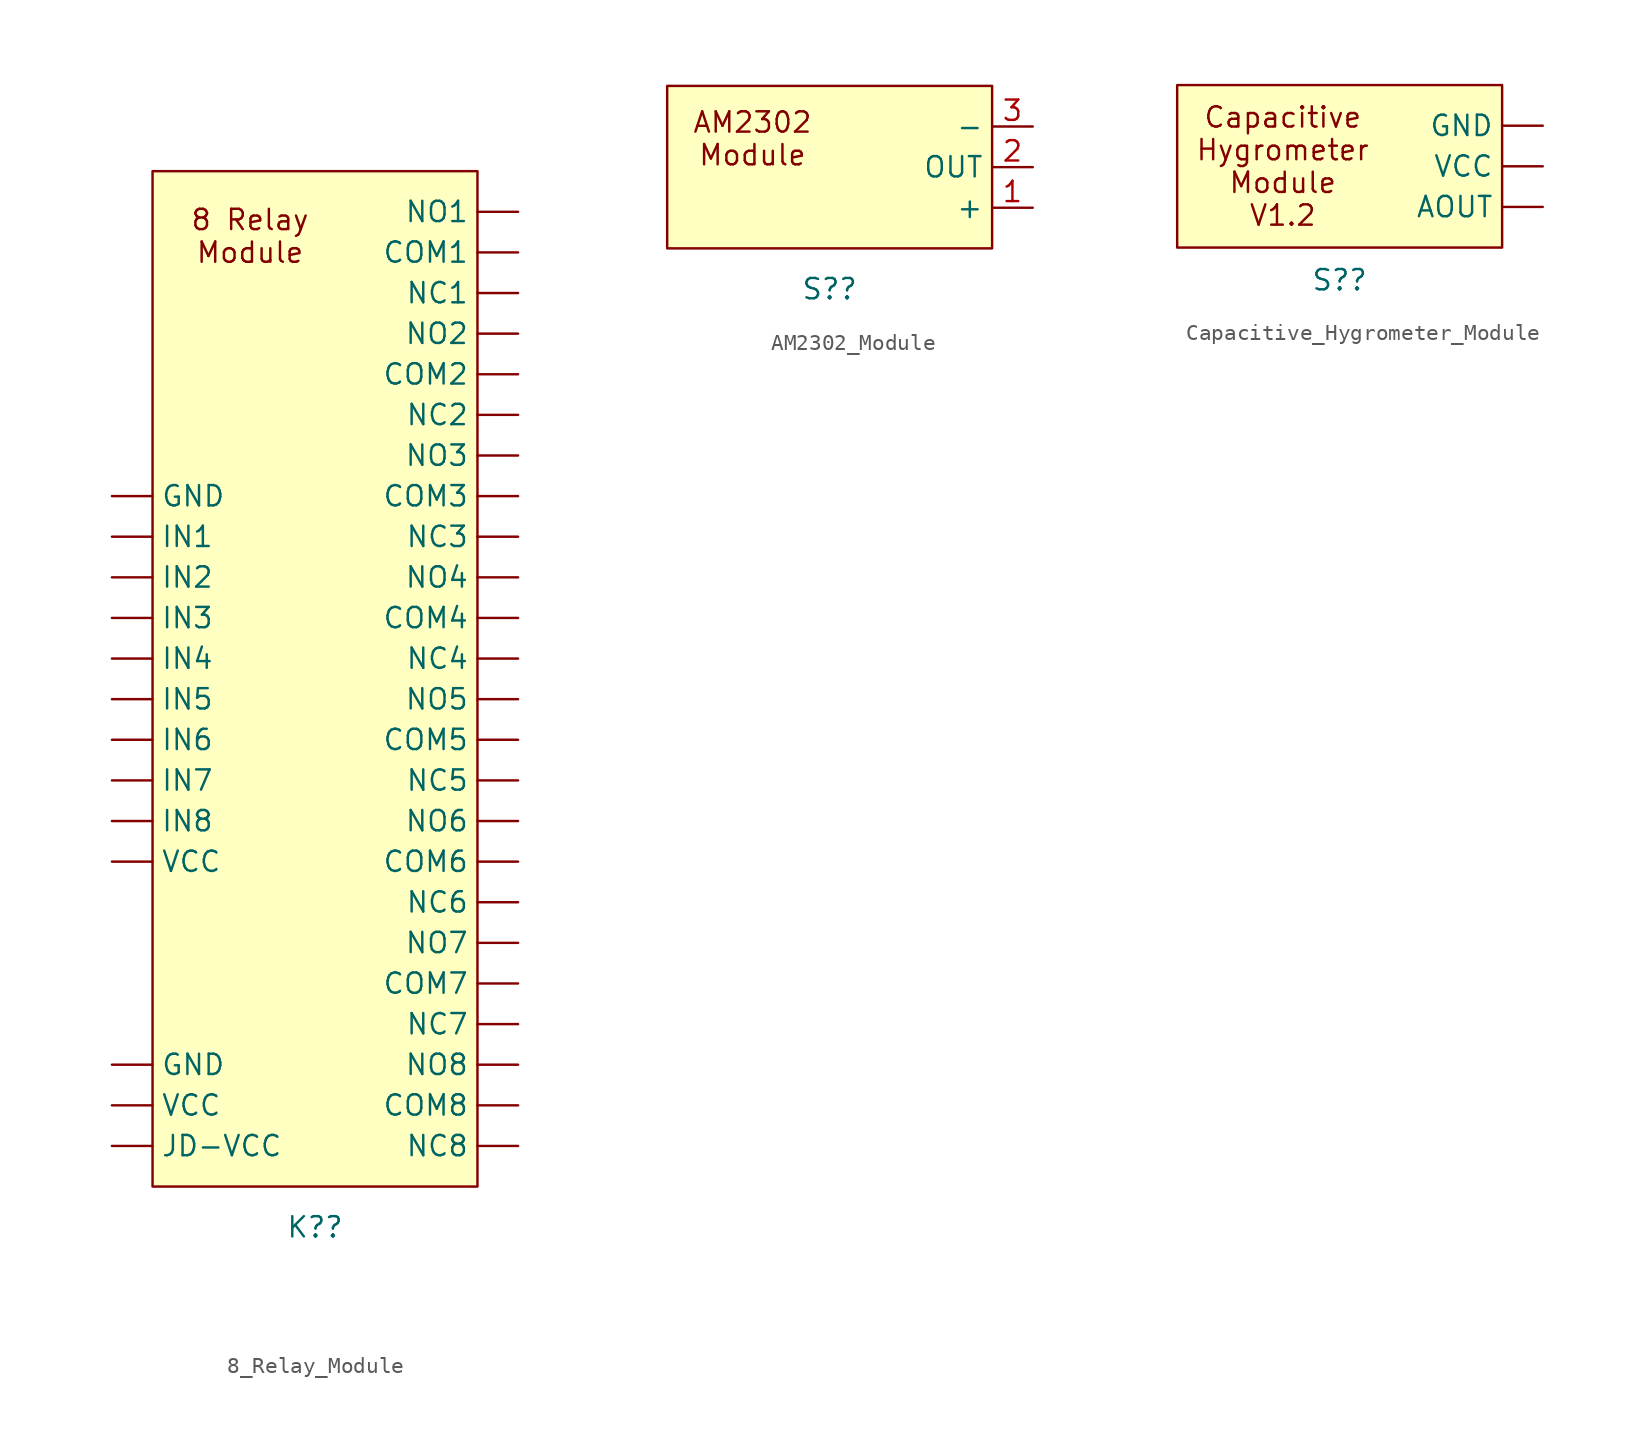
<source format=kicad_sym>
(kicad_symbol_lib
  (version 20241209)
  (generator "kicad_symbol_editor")
  (generator_version "9.0")
  (symbol "8_Relay_Module"
    (pin_numbers
      (hide yes))
    (property "Reference" "K?"
      (at 0 -35.56 0)
      (effects (font (size 1.27 1.27))))
    (property "Value" ""
      (at 0 5.08 0)
      (effects (font (size 1.27 1.27))))
    (symbol "8_Relay_Module_1_1"
      (rectangle (start -10.16 30.48) (end 10.16 -33.02) (stroke (width 0) (type solid)) (fill (type background)))
      (text "8 Relay\nModule\n" (at -4.064 26.416 0) (effects (font (size 1.27 1.27))))
      (pin power_in line (at -12.7 10.16 0) (length 2.54) (name "GND" (effects (font (size 1.27 1.27)))) (number "1" (effects (font (size 1.27 1.27)))))
      (pin input line (at -12.7 7.62 0) (length 2.54) (name "IN1" (effects (font (size 1.27 1.27)))) (number "2" (effects (font (size 1.27 1.27)))))
      (pin input line (at -12.7 5.08 0) (length 2.54) (name "IN2" (effects (font (size 1.27 1.27)))) (number "3" (effects (font (size 1.27 1.27)))))
      (pin input line (at -12.7 2.54 0) (length 2.54) (name "IN3" (effects (font (size 1.27 1.27)))) (number "4" (effects (font (size 1.27 1.27)))))
      (pin input line (at -12.7 0 0) (length 2.54) (name "IN4" (effects (font (size 1.27 1.27)))) (number "5" (effects (font (size 1.27 1.27)))))
      (pin input line (at -12.7 -2.54 0) (length 2.54) (name "IN5" (effects (font (size 1.27 1.27)))) (number "6" (effects (font (size 1.27 1.27)))))
      (pin input line (at -12.7 -5.08 0) (length 2.54) (name "IN6" (effects (font (size 1.27 1.27)))) (number "7" (effects (font (size 1.27 1.27)))))
      (pin input line (at -12.7 -7.62 0) (length 2.54) (name "IN7" (effects (font (size 1.27 1.27)))) (number "8" (effects (font (size 1.27 1.27)))))
      (pin input line (at -12.7 -10.16 0) (length 2.54) (name "IN8" (effects (font (size 1.27 1.27)))) (number "9" (effects (font (size 1.27 1.27)))))
      (pin power_in line (at -12.7 -12.7 0) (length 2.54) (name "VCC" (effects (font (size 1.27 1.27)))) (number "10" (effects (font (size 1.27 1.27)))))
      (pin power_in line (at -12.7 -25.4 0) (length 2.54) (name "GND" (effects (font (size 1.27 1.27)))) (number "35" (effects (font (size 1.27 1.27)))))
      (pin power_in line (at -12.7 -27.94 0) (length 2.54) (name "VCC" (effects (font (size 1.27 1.27)))) (number "36" (effects (font (size 1.27 1.27)))))
      (pin power_in line (at -12.7 -30.48 0) (length 2.54) (name "JD-VCC" (effects (font (size 1.27 1.27)))) (number "37" (effects (font (size 1.27 1.27)))))
      (pin passive line (at 12.7 27.94 180) (length 2.54) (name "NO1" (effects (font (size 1.27 1.27)))) (number "11" (effects (font (size 1.27 1.27)))))
      (pin passive line (at 12.7 25.4 180) (length 2.54) (name "COM1" (effects (font (size 1.27 1.27)))) (number "12" (effects (font (size 1.27 1.27)))))
      (pin passive line (at 12.7 22.86 180) (length 2.54) (name "NC1" (effects (font (size 1.27 1.27)))) (number "13" (effects (font (size 1.27 1.27)))))
      (pin passive line (at 12.7 20.32 180) (length 2.54) (name "NO2" (effects (font (size 1.27 1.27)))) (number "14" (effects (font (size 1.27 1.27)))))
      (pin passive line (at 12.7 17.78 180) (length 2.54) (name "COM2" (effects (font (size 1.27 1.27)))) (number "15" (effects (font (size 1.27 1.27)))))
      (pin passive line (at 12.7 15.24 180) (length 2.54) (name "NC2" (effects (font (size 1.27 1.27)))) (number "16" (effects (font (size 1.27 1.27)))))
      (pin passive line (at 12.7 12.7 180) (length 2.54) (name "NO3" (effects (font (size 1.27 1.27)))) (number "17" (effects (font (size 1.27 1.27)))))
      (pin passive line (at 12.7 10.16 180) (length 2.54) (name "COM3" (effects (font (size 1.27 1.27)))) (number "18" (effects (font (size 1.27 1.27)))))
      (pin passive line (at 12.7 7.62 180) (length 2.54) (name "NC3" (effects (font (size 1.27 1.27)))) (number "19" (effects (font (size 1.27 1.27)))))
      (pin passive line (at 12.7 5.08 180) (length 2.54) (name "NO4" (effects (font (size 1.27 1.27)))) (number "20" (effects (font (size 1.27 1.27)))))
      (pin passive line (at 12.7 2.54 180) (length 2.54) (name "COM4" (effects (font (size 1.27 1.27)))) (number "21" (effects (font (size 1.27 1.27)))))
      (pin passive line (at 12.7 0 180) (length 2.54) (name "NC4" (effects (font (size 1.27 1.27)))) (number "22" (effects (font (size 1.27 1.27)))))
      (pin passive line (at 12.7 -2.54 180) (length 2.54) (name "NO5" (effects (font (size 1.27 1.27)))) (number "23" (effects (font (size 1.27 1.27)))))
      (pin passive line (at 12.7 -5.08 180) (length 2.54) (name "COM5" (effects (font (size 1.27 1.27)))) (number "24" (effects (font (size 1.27 1.27)))))
      (pin passive line (at 12.7 -7.62 180) (length 2.54) (name "NC5" (effects (font (size 1.27 1.27)))) (number "25" (effects (font (size 1.27 1.27)))))
      (pin passive line (at 12.7 -10.16 180) (length 2.54) (name "NO6" (effects (font (size 1.27 1.27)))) (number "26" (effects (font (size 1.27 1.27)))))
      (pin passive line (at 12.7 -12.7 180) (length 2.54) (name "COM6" (effects (font (size 1.27 1.27)))) (number "27" (effects (font (size 1.27 1.27)))))
      (pin passive line (at 12.7 -15.24 180) (length 2.54) (name "NC6" (effects (font (size 1.27 1.27)))) (number "28" (effects (font (size 1.27 1.27)))))
      (pin passive line (at 12.7 -17.78 180) (length 2.54) (name "NO7" (effects (font (size 1.27 1.27)))) (number "29" (effects (font (size 1.27 1.27)))))
      (pin passive line (at 12.7 -20.32 180) (length 2.54) (name "COM7" (effects (font (size 1.27 1.27)))) (number "30" (effects (font (size 1.27 1.27)))))
      (pin passive line (at 12.7 -22.86 180) (length 2.54) (name "NC7" (effects (font (size 1.27 1.27)))) (number "31" (effects (font (size 1.27 1.27)))))
      (pin passive line (at 12.7 -25.4 180) (length 2.54) (name "NO8" (effects (font (size 1.27 1.27)))) (number "32" (effects (font (size 1.27 1.27)))))
      (pin passive line (at 12.7 -27.94 180) (length 2.54) (name "COM8" (effects (font (size 1.27 1.27)))) (number "33" (effects (font (size 1.27 1.27)))))
      (pin passive line (at 12.7 -30.48 180) (length 2.54) (name "NC8" (effects (font (size 1.27 1.27)))) (number "34" (effects (font (size 1.27 1.27)))))))
  (symbol "AM2302_Module"
    (property "Reference" "S?"
      (at 0 -7.62 0)
      (effects (font (size 1.27 1.27))))
    (property "Value" ""
      (at 0 -5.08 0)
      (effects (font (size 1.27 1.27))))
    (symbol "AM2302_Module_1_1"
      (rectangle (start -10.16 5.08) (end 10.16 -5.08) (stroke (width 0) (type solid)) (fill (type background)))
      (text "AM2302\nModule" (at -4.826 1.778 0) (effects (font (size 1.27 1.27))))
      (pin power_in line (at 12.7 2.54 180) (length 2.54) (name "-" (effects (font (size 1.27 1.27)))) (number "3" (effects (font (size 1.27 1.27)))))
      (pin output line (at 12.7 0 180) (length 2.54) (name "OUT" (effects (font (size 1.27 1.27)))) (number "2" (effects (font (size 1.27 1.27)))))
      (pin power_in line (at 12.7 -2.54 180) (length 2.54) (name "+" (effects (font (size 1.27 1.27)))) (number "1" (effects (font (size 1.27 1.27)))))))
  (symbol "Capacitive_Hygrometer_Module"
    (pin_numbers
      (hide yes))
    (property "Reference" "S?"
      (at 0 -7.112 0)
      (effects (font (size 1.27 1.27))))
    (property "Value" ""
      (at 0 0 0)
      (effects (font (size 1.27 1.27))))
    (symbol "Capacitive_Hygrometer_Module_1_1"
      (rectangle (start -10.16 5.08) (end 10.16 -5.08) (stroke (width 0) (type solid)) (fill (type background)))
      (text "Capacitive\nHygrometer\nModule\nV1.2" (at -3.556 0 0) (effects (font (size 1.27 1.27))))
      (pin power_in line (at 12.7 2.54 180) (length 2.54) (name "GND" (effects (font (size 1.27 1.27)))) (number "2" (effects (font (size 1.27 1.27)))))
      (pin power_in line (at 12.7 0 180) (length 2.54) (name "VCC" (effects (font (size 1.27 1.27)))) (number "1" (effects (font (size 1.27 1.27)))))
      (pin output line (at 12.7 -2.54 180) (length 2.54) (name "AOUT" (effects (font (size 1.27 1.27)))) (number "3" (effects (font (size 1.27 1.27))))))))
</source>
